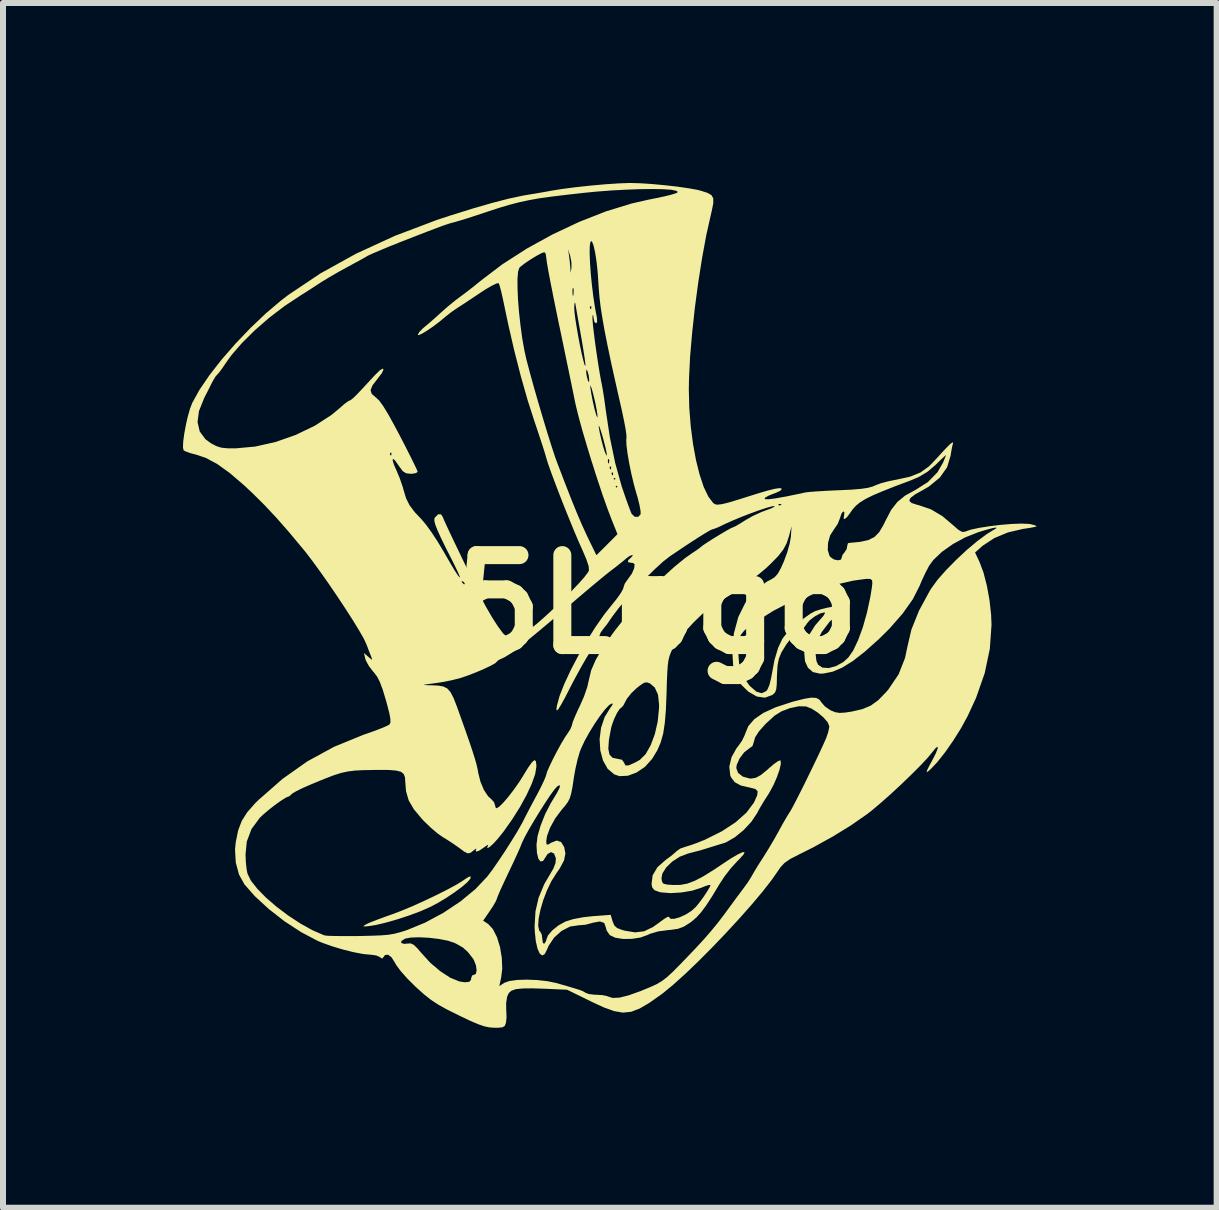
<source format=kicad_pcb>
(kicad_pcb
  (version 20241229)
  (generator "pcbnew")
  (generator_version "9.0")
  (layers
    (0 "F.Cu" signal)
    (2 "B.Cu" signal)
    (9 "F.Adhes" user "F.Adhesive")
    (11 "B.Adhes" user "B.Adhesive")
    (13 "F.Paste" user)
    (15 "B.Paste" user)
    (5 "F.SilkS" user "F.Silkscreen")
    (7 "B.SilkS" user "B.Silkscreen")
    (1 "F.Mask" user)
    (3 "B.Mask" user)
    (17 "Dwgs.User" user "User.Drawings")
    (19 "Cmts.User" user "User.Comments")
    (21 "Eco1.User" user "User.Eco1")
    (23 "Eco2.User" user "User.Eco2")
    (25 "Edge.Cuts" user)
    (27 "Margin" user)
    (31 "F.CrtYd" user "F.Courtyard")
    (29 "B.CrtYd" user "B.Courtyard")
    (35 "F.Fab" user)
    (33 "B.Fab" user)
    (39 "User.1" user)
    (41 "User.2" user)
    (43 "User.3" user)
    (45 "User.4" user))
  (footprint "P5Logo"
    (layer "F.Cu")
    (at 7.145 7.025)
    (property "Reference" "P5Logo" (at 0 0 0) (layer "F.SilkS") (effects (font (size 1.5 1.5) (thickness 0.3))))
    (attr board_only exclude_from_pos_files exclude_from_bom)
    (fp_poly (pts (xy -2.348 4.535) (xy -2.354 4.572) (xy -2.407 4.633) (xy -2.499 4.712) (xy -2.62 4.801) (xy -2.759 4.894) (xy -2.908 4.983) (xy -3.029 5.046) (xy -3.181 5.113) (xy -3.368 5.183) (xy -3.57 5.249) (xy -3.766 5.305) (xy -3.934 5.345) (xy -4.008 5.357) (xy -4.102 5.368) (xy -4.138 5.367) (xy -4.124 5.352) (xy -4.09 5.332) (xy -4.026 5.302) (xy -3.916 5.259) (xy -3.776 5.207) (xy -3.656 5.165) (xy -3.498 5.105) (xy -3.313 5.028) (xy -3.115 4.938) (xy -2.918 4.844) (xy -2.735 4.752) (xy -2.582 4.669) (xy -2.471 4.6) (xy -2.444 4.581) (xy -2.384 4.542) (xy -2.349 4.535)) (stroke (width 0) (type solid)) (fill yes) (layer "F.SilkS"))
    (fp_poly (pts (xy 0.481 -7.02) (xy 0.679 -7.007) (xy 0.89 -6.987) (xy 1.096 -6.964) (xy 1.281 -6.937) (xy 1.428 -6.911) (xy 1.486 -6.896) (xy 1.596 -6.861) (xy 1.664 -6.823) (xy 1.695 -6.769) (xy 1.695 -6.685) (xy 1.669 -6.557) (xy 1.653 -6.488) (xy 1.578 -6.153) (xy 1.508 -5.773) (xy 1.444 -5.365) (xy 1.388 -4.945) (xy 1.343 -4.53) (xy 1.309 -4.137) (xy 1.291 -3.78) (xy 1.287 -3.587) (xy 1.295 -3.276) (xy 1.319 -2.97) (xy 1.357 -2.676) (xy 1.407 -2.404) (xy 1.468 -2.161) (xy 1.536 -1.956) (xy 1.612 -1.798) (xy 1.691 -1.693) (xy 1.721 -1.671) (xy 1.762 -1.662) (xy 1.837 -1.671) (xy 1.84 -1.671) (xy 2.782 -1.671) (xy 2.786 -1.652) (xy 2.804 -1.649) (xy 2.831 -1.661) (xy 2.826 -1.671) (xy 2.787 -1.675) (xy 2.782 -1.671) (xy 1.84 -1.671) (xy 1.954 -1.699) (xy 2.12 -1.749) (xy 2.199 -1.774) (xy 2.427 -1.846) (xy 2.6 -1.897) (xy 2.721 -1.927) (xy 2.797 -1.938) (xy 2.832 -1.932) (xy 2.837 -1.921) (xy 2.809 -1.893) (xy 2.737 -1.859) (xy 2.703 -1.847) (xy 2.616 -1.812) (xy 2.558 -1.779) (xy 2.55 -1.771) (xy 2.56 -1.754) (xy 2.621 -1.753) (xy 2.737 -1.768) (xy 2.91 -1.799) (xy 3.143 -1.847) (xy 3.233 -1.867) (xy 3.295 -1.874) (xy 3.408 -1.883) (xy 3.559 -1.892) (xy 3.732 -1.901) (xy 3.794 -1.903) (xy 4.002 -1.913) (xy 4.156 -1.926) (xy 4.267 -1.942) (xy 4.349 -1.964) (xy 4.393 -1.983) (xy 4.488 -2.019) (xy 4.62 -2.054) (xy 4.756 -2.081) (xy 4.976 -2.129) (xy 5.149 -2.199) (xy 5.289 -2.3) (xy 5.338 -2.349) (xy 5.42 -2.436) (xy 5.518 -2.543) (xy 5.577 -2.606) (xy 5.644 -2.673) (xy 5.685 -2.703) (xy 5.692 -2.69) (xy 5.674 -2.617) (xy 5.656 -2.514) (xy 5.651 -2.48) (xy 5.592 -2.285) (xy 5.471 -2.114) (xy 5.291 -1.966) (xy 5.195 -1.91) (xy 5.057 -1.832) (xy 4.98 -1.773) (xy 4.962 -1.727) (xy 5.001 -1.69) (xy 5.098 -1.659) (xy 5.12 -1.654) (xy 5.323 -1.585) (xy 5.515 -1.471) (xy 5.692 -1.321) (xy 5.781 -1.243) (xy 5.842 -1.209) (xy 5.889 -1.211) (xy 5.895 -1.214) (xy 5.987 -1.246) (xy 6.128 -1.276) (xy 6.299 -1.303) (xy 6.485 -1.326) (xy 6.668 -1.341) (xy 6.829 -1.347) (xy 6.952 -1.342) (xy 6.979 -1.338) (xy 7.053 -1.32) (xy 7.086 -1.304) (xy 7.085 -1.302) (xy 7.048 -1.29) (xy 6.964 -1.274) (xy 6.851 -1.257) (xy 6.607 -1.2) (xy 6.379 -1.105) (xy 6.19 -0.981) (xy 6.171 -0.965) (xy 6.059 -0.865) (xy 6.134 -0.705) (xy 6.199 -0.532) (xy 6.255 -0.314) (xy 6.299 -0.074) (xy 6.326 0.168) (xy 6.333 0.34) (xy 6.305 0.74) (xy 6.22 1.144) (xy 6.075 1.559) (xy 5.935 1.862) (xy 5.824 2.065) (xy 5.694 2.272) (xy 5.558 2.467) (xy 5.426 2.633) (xy 5.327 2.738) (xy 5.273 2.786) (xy 5.251 2.795) (xy 5.261 2.76) (xy 5.303 2.677) (xy 5.343 2.603) (xy 5.403 2.486) (xy 5.434 2.407) (xy 5.436 2.373) (xy 5.408 2.388) (xy 5.351 2.457) (xy 5.348 2.461) (xy 5.266 2.56) (xy 5.144 2.69) (xy 4.994 2.84) (xy 4.827 3.001) (xy 4.654 3.161) (xy 4.486 3.31) (xy 4.335 3.437) (xy 4.259 3.496) (xy 3.995 3.68) (xy 3.688 3.869) (xy 3.361 4.05) (xy 3.117 4.172) (xy 2.977 4.244) (xy 2.882 4.31) (xy 2.813 4.384) (xy 2.783 4.429) (xy 2.671 4.59) (xy 2.519 4.785) (xy 2.334 5.005) (xy 2.125 5.241) (xy 1.901 5.484) (xy 1.671 5.724) (xy 1.442 5.954) (xy 1.225 6.162) (xy 1.026 6.341) (xy 0.856 6.481) (xy 0.825 6.504) (xy 0.629 6.642) (xy 0.467 6.737) (xy 0.325 6.791) (xy 0.187 6.805) (xy 0.04 6.779) (xy -0.132 6.717) (xy -0.343 6.619) (xy -0.346 6.617) (xy -0.742 6.423) (xy -1.111 6.407) (xy -1.326 6.4) (xy -1.485 6.402) (xy -1.596 6.414) (xy -1.669 6.439) (xy -1.714 6.479) (xy -1.74 6.535) (xy -1.742 6.541) (xy -1.758 6.649) (xy -1.756 6.766) (xy -1.756 6.77) (xy -1.751 6.877) (xy -1.76 6.97) (xy -1.762 6.977) (xy -1.78 7.025) (xy -1.817 7.049) (xy -1.889 7.057) (xy -1.955 7.057) (xy -2.037 7.051) (xy -2.123 7.033) (xy -2.227 6.997) (xy -2.362 6.939) (xy -2.54 6.854) (xy -2.556 6.846) (xy -2.745 6.752) (xy -2.891 6.671) (xy -3.012 6.591) (xy -3.127 6.5) (xy -3.254 6.386) (xy -3.268 6.373) (xy -3.403 6.239) (xy -3.514 6.114) (xy -3.59 6.012) (xy -3.611 5.974) (xy -3.666 5.886) (xy -3.725 5.84) (xy -3.777 5.844) (xy -3.803 5.88) (xy -3.825 5.905) (xy -3.862 5.88) (xy -3.923 5.852) (xy -4.014 5.839) (xy -4.025 5.839) (xy -4.145 5.827) (xy -4.307 5.796) (xy -4.489 5.75) (xy -4.672 5.695) (xy -4.812 5.644) (xy -3.508 5.644) (xy -3.458 5.659) (xy -3.404 5.654) (xy -3.349 5.651) (xy -3.299 5.674) (xy -3.237 5.733) (xy -3.176 5.805) (xy -3.021 5.975) (xy -2.854 6.116) (xy -2.69 6.223) (xy -2.538 6.285) (xy -2.449 6.299) (xy -2.373 6.292) (xy -2.344 6.259) (xy -2.342 6.235) (xy -2.325 6.185) (xy -2.301 6.177) (xy -2.263 6.16) (xy -2.25 6.101) (xy -2.261 6.018) (xy -2.295 5.93) (xy -2.315 5.898) (xy -2.398 5.792) (xy -2.48 5.719) (xy -2.589 5.657) (xy -2.623 5.641) (xy -2.732 5.605) (xy -2.879 5.577) (xy -3.044 5.557) (xy -3.206 5.549) (xy -3.345 5.553) (xy -3.441 5.571) (xy -3.441 5.571) (xy -3.504 5.61) (xy -3.508 5.644) (xy -4.812 5.644) (xy -4.836 5.635) (xy -4.899 5.609) (xy -5.172 5.465) (xy -5.45 5.284) (xy -5.714 5.078) (xy -5.948 4.863) (xy -6.121 4.666) (xy -6.211 4.503) (xy -6.265 4.302) (xy -6.273 4.163) (xy -6.102 4.163) (xy -6.097 4.296) (xy -6.083 4.421) (xy -6.07 4.487) (xy -6.013 4.604) (xy -5.906 4.74) (xy -5.761 4.888) (xy -5.586 5.039) (xy -5.392 5.185) (xy -5.19 5.318) (xy -4.989 5.43) (xy -4.801 5.512) (xy -4.783 5.518) (xy -4.734 5.524) (xy -4.632 5.527) (xy -4.489 5.529) (xy -4.317 5.529) (xy -4.206 5.528) (xy -3.999 5.523) (xy -3.843 5.517) (xy -3.722 5.507) (xy -3.621 5.49) (xy -3.525 5.465) (xy -3.417 5.431) (xy -3.414 5.43) (xy -3.107 5.304) (xy -3.048 5.272) (xy -2.141 5.272) (xy -2.058 5.327) (xy -1.979 5.412) (xy -1.911 5.546) (xy -1.86 5.712) (xy -1.83 5.895) (xy -1.823 6.076) (xy -1.842 6.225) (xy -1.872 6.363) (xy -1.788 6.308) (xy -1.704 6.278) (xy -1.572 6.26) (xy -1.411 6.255) (xy -1.237 6.262) (xy -1.068 6.281) (xy -0.924 6.311) (xy -0.746 6.362) (xy -0.621 6.399) (xy -0.537 6.425) (xy -0.485 6.445) (xy -0.454 6.461) (xy -0.437 6.473) (xy -0.379 6.495) (xy -0.286 6.506) (xy -0.255 6.507) (xy -0.155 6.513) (xy -0.079 6.528) (xy -0.066 6.534) (xy 0.018 6.56) (xy 0.131 6.555) (xy 0.283 6.517) (xy 0.482 6.446) (xy 0.509 6.435) (xy 0.645 6.379) (xy 0.75 6.331) (xy 0.838 6.279) (xy 0.922 6.215) (xy 1.017 6.128) (xy 1.135 6.009) (xy 1.22 5.921) (xy 1.398 5.735) (xy 1.541 5.58) (xy 1.66 5.443) (xy 1.769 5.31) (xy 1.879 5.166) (xy 1.966 5.047) (xy 2.054 4.927) (xy 2.14 4.811) (xy 2.206 4.723) (xy 2.21 4.717) (xy 2.277 4.624) (xy 2.331 4.537) (xy 2.341 4.519) (xy 2.38 4.451) (xy 2.442 4.349) (xy 2.516 4.234) (xy 2.524 4.222) (xy 2.614 4.077) (xy 2.712 3.912) (xy 2.787 3.777) (xy 2.854 3.655) (xy 2.918 3.545) (xy 2.964 3.47) (xy 2.969 3.464) (xy 3.002 3.408) (xy 3.057 3.304) (xy 3.128 3.165) (xy 3.21 3.002) (xy 3.296 2.826) (xy 3.381 2.651) (xy 3.459 2.488) (xy 3.524 2.348) (xy 3.57 2.244) (xy 3.576 2.231) (xy 3.61 2.132) (xy 3.628 2.046) (xy 3.629 2.032) (xy 3.602 1.965) (xy 3.533 1.885) (xy 3.438 1.804) (xy 3.335 1.738) (xy 3.242 1.701) (xy 3.122 1.698) (xy 2.977 1.728) (xy 2.833 1.782) (xy 2.719 1.853) (xy 2.569 1.99) (xy 2.457 2.115) (xy 2.391 2.218) (xy 2.375 2.279) (xy 2.349 2.361) (xy 2.293 2.402) (xy 2.209 2.467) (xy 2.134 2.567) (xy 2.086 2.675) (xy 2.078 2.728) (xy 2.108 2.808) (xy 2.186 2.87) (xy 2.296 2.901) (xy 2.33 2.903) (xy 2.405 2.89) (xy 2.487 2.845) (xy 2.592 2.76) (xy 2.617 2.737) (xy 2.706 2.661) (xy 2.776 2.612) (xy 2.815 2.599) (xy 2.817 2.601) (xy 2.821 2.658) (xy 2.799 2.756) (xy 2.756 2.879) (xy 2.699 3.01) (xy 2.633 3.132) (xy 2.611 3.168) (xy 2.535 3.287) (xy 2.464 3.407) (xy 2.425 3.48) (xy 2.331 3.622) (xy 2.201 3.762) (xy 2.054 3.882) (xy 1.912 3.964) (xy 1.887 3.974) (xy 1.479 4.1) (xy 1.274 4.153) (xy 1.138 4.205) (xy 1.012 4.286) (xy 0.911 4.384) (xy 0.846 4.486) (xy 0.831 4.568) (xy 0.841 4.625) (xy 0.866 4.656) (xy 0.924 4.67) (xy 1.025 4.677) (xy 1.144 4.676) (xy 1.259 4.655) (xy 1.383 4.609) (xy 1.527 4.534) (xy 1.703 4.425) (xy 1.828 4.341) (xy 1.988 4.235) (xy 2.108 4.165) (xy 2.185 4.13) (xy 2.217 4.131) (xy 2.2 4.168) (xy 2.134 4.242) (xy 2.095 4.281) (xy 1.992 4.393) (xy 1.884 4.532) (xy 1.798 4.663) (xy 1.677 4.864) (xy 1.578 5.016) (xy 1.493 5.131) (xy 1.414 5.218) (xy 1.332 5.288) (xy 1.309 5.305) (xy 1.205 5.371) (xy 1.106 5.408) (xy 0.981 5.426) (xy 0.941 5.429) (xy 0.78 5.45) (xy 0.643 5.49) (xy 0.603 5.509) (xy 0.482 5.553) (xy 0.339 5.575) (xy 0.192 5.577) (xy 0.064 5.557) (xy -0.025 5.516) (xy -0.033 5.509) (xy -0.082 5.437) (xy -0.099 5.376) (xy -0.124 5.309) (xy -0.195 5.285) (xy -0.306 5.305) (xy -0.326 5.311) (xy -0.437 5.34) (xy -0.545 5.349) (xy -0.552 5.349) (xy -0.693 5.37) (xy -0.834 5.443) (xy -0.959 5.555) (xy -1.052 5.694) (xy -1.075 5.751) (xy -1.116 5.831) (xy -1.158 5.852) (xy -1.199 5.819) (xy -1.235 5.739) (xy -1.263 5.617) (xy -1.28 5.46) (xy -1.284 5.36) (xy -1.283 5.356) (xy -1.224 5.356) (xy -1.207 5.437) (xy -1.188 5.459) (xy -1.164 5.504) (xy -1.155 5.579) (xy -1.145 5.644) (xy -1.122 5.658) (xy -1.122 5.657) (xy -1.091 5.609) (xy -1.089 5.592) (xy -1.061 5.518) (xy -0.988 5.433) (xy -0.886 5.351) (xy -0.77 5.287) (xy -0.768 5.286) (xy -0.639 5.246) (xy -0.468 5.214) (xy -0.312 5.197) (xy -0.015 5.175) (xy 0.017 5.284) (xy 0.045 5.351) (xy 0.09 5.394) (xy 0.174 5.426) (xy 0.22 5.439) (xy 0.392 5.467) (xy 0.542 5.449) (xy 0.69 5.378) (xy 0.789 5.307) (xy 0.873 5.245) (xy 0.934 5.209) (xy 0.957 5.209) (xy 0.957 5.209) (xy 0.981 5.241) (xy 1.046 5.241) (xy 1.136 5.215) (xy 1.237 5.169) (xy 1.334 5.107) (xy 1.405 5.042) (xy 1.465 4.968) (xy 1.532 4.877) (xy 1.593 4.785) (xy 1.636 4.712) (xy 1.649 4.678) (xy 1.622 4.677) (xy 1.553 4.699) (xy 1.493 4.724) (xy 1.343 4.772) (xy 1.163 4.802) (xy 0.98 4.813) (xy 0.824 4.8) (xy 0.792 4.793) (xy 0.711 4.762) (xy 0.675 4.713) (xy 0.666 4.66) (xy 0.684 4.516) (xy 0.765 4.38) (xy 0.901 4.26) (xy 0.991 4.194) (xy 1.062 4.134) (xy 1.085 4.112) (xy 1.145 4.07) (xy 1.231 4.04) (xy 1.314 4.015) (xy 1.431 3.973) (xy 1.56 3.921) (xy 1.567 3.917) (xy 1.838 3.782) (xy 2.067 3.632) (xy 2.247 3.472) (xy 2.369 3.309) (xy 2.378 3.292) (xy 2.427 3.183) (xy 2.435 3.116) (xy 2.397 3.077) (xy 2.31 3.055) (xy 2.154 3.019) (xy 2.052 2.963) (xy 1.991 2.882) (xy 1.978 2.851) (xy 1.962 2.705) (xy 1.999 2.548) (xy 2.082 2.398) (xy 2.108 2.366) (xy 2.173 2.274) (xy 2.218 2.181) (xy 2.224 2.163) (xy 2.279 2.029) (xy 2.38 1.912) (xy 2.53 1.809) (xy 2.735 1.715) (xy 3.001 1.628) (xy 3.04 1.617) (xy 3.21 1.574) (xy 3.33 1.554) (xy 3.411 1.559) (xy 3.465 1.588) (xy 3.496 1.631) (xy 3.554 1.699) (xy 3.642 1.761) (xy 3.658 1.769) (xy 3.731 1.798) (xy 3.802 1.809) (xy 3.895 1.803) (xy 4.005 1.786) (xy 4.18 1.746) (xy 4.32 1.687) (xy 4.446 1.596) (xy 4.576 1.462) (xy 4.615 1.416) (xy 4.784 1.166) (xy 4.892 0.892) (xy 4.93 0.709) (xy 4.998 0.419) (xy 5.124 0.105) (xy 5.304 -0.227) (xy 5.332 -0.271) (xy 5.433 -0.41) (xy 5.574 -0.57) (xy 5.741 -0.74) (xy 5.919 -0.906) (xy 6.095 -1.054) (xy 6.255 -1.173) (xy 6.35 -1.231) (xy 6.411 -1.268) (xy 6.412 -1.282) (xy 6.351 -1.272) (xy 6.228 -1.239) (xy 6.111 -1.203) (xy 5.896 -1.118) (xy 5.69 -1.006) (xy 5.507 -0.877) (xy 5.364 -0.741) (xy 5.295 -0.647) (xy 5.234 -0.532) (xy 5.169 -0.393) (xy 5.134 -0.309) (xy 5.022 -0.088) (xy 4.854 0.15) (xy 4.635 0.401) (xy 4.452 0.582) (xy 4.221 0.788) (xy 4.021 0.944) (xy 3.844 1.054) (xy 3.684 1.122) (xy 3.534 1.152) (xy 3.476 1.155) (xy 3.356 1.128) (xy 3.273 1.056) (xy 3.224 0.948) (xy 3.212 0.814) (xy 3.236 0.663) (xy 3.295 0.506) (xy 3.391 0.352) (xy 3.465 0.266) (xy 3.531 0.191) (xy 3.557 0.144) (xy 3.548 0.132) (xy 3.474 0.152) (xy 3.384 0.202) (xy 3.302 0.264) (xy 3.252 0.323) (xy 3.249 0.331) (xy 3.203 0.392) (xy 3.167 0.412) (xy 3.094 0.458) (xy 3.005 0.548) (xy 2.914 0.664) (xy 2.836 0.792) (xy 2.831 0.801) (xy 2.789 0.902) (xy 2.766 1.017) (xy 2.757 1.17) (xy 2.756 1.2) (xy 2.753 1.333) (xy 2.744 1.417) (xy 2.725 1.467) (xy 2.691 1.501) (xy 2.679 1.51) (xy 2.556 1.555) (xy 2.422 1.536) (xy 2.281 1.455) (xy 2.278 1.453) (xy 2.154 1.331) (xy 2.072 1.188) (xy 2.026 1.011) (xy 2.014 0.817) (xy 2.112 0.817) (xy 2.128 1.021) (xy 2.185 1.189) (xy 2.289 1.341) (xy 2.312 1.367) (xy 2.414 1.455) (xy 2.504 1.481) (xy 2.578 1.445) (xy 2.601 1.414) (xy 2.631 1.342) (xy 2.658 1.233) (xy 2.672 1.158) (xy 2.716 0.924) (xy 2.775 0.726) (xy 2.846 0.575) (xy 2.898 0.507) (xy 3.045 0.365) (xy 3.19 0.243) (xy 3.318 0.152) (xy 3.392 0.113) (xy 3.486 0.082) (xy 3.605 0.053) (xy 3.729 0.031) (xy 3.839 0.017) (xy 3.915 0.016) (xy 3.933 0.021) (xy 3.926 0.048) (xy 3.875 0.097) (xy 3.824 0.133) (xy 3.638 0.284) (xy 3.504 0.459) (xy 3.46 0.544) (xy 3.416 0.68) (xy 3.4 0.821) (xy 3.414 0.943) (xy 3.442 1.005) (xy 3.515 1.054) (xy 3.62 1.061) (xy 3.74 1.029) (xy 3.861 0.962) (xy 3.946 0.886) (xy 4.029 0.766) (xy 4.11 0.594) (xy 4.188 0.381) (xy 4.256 0.14) (xy 4.311 -0.115) (xy 4.337 -0.272) (xy 4.346 -0.351) (xy 4.343 -0.4) (xy 4.314 -0.424) (xy 4.25 -0.426) (xy 4.139 -0.412) (xy 4.024 -0.395) (xy 3.712 -0.324) (xy 3.375 -0.212) (xy 3.031 -0.066) (xy 2.698 0.106) (xy 2.395 0.296) (xy 2.303 0.363) (xy 2.212 0.436) (xy 2.156 0.504) (xy 2.126 0.585) (xy 2.114 0.698) (xy 2.112 0.817) (xy 2.014 0.817) (xy 2.012 0.787) (xy 2.012 0.787) (xy 2.038 0.484) (xy 2.112 0.21) (xy 2.231 -0.03) (xy 2.391 -0.229) (xy 2.589 -0.38) (xy 2.655 -0.414) (xy 2.718 -0.453) (xy 2.77 -0.511) (xy 2.821 -0.603) (xy 2.873 -0.72) (xy 2.926 -0.864) (xy 2.938 -0.905) (xy 3.603 -0.905) (xy 3.633 -0.808) (xy 3.647 -0.79) (xy 3.706 -0.749) (xy 3.772 -0.735) (xy 3.823 -0.746) (xy 3.836 -0.781) (xy 3.852 -0.831) (xy 3.877 -0.859) (xy 3.919 -0.924) (xy 3.925 -0.961) (xy 3.937 -1.013) (xy 3.95 -1.024) (xy 4.141 -1.042) (xy 4.279 -1.072) (xy 4.381 -1.123) (xy 4.46 -1.203) (xy 4.53 -1.321) (xy 4.566 -1.395) (xy 4.66 -1.575) (xy 4.763 -1.707) (xy 4.892 -1.813) (xy 5.066 -1.909) (xy 5.067 -1.909) (xy 5.272 -2.039) (xy 5.432 -2.202) (xy 5.525 -2.364) (xy 5.557 -2.441) (xy 5.574 -2.486) (xy 5.575 -2.49) (xy 5.553 -2.472) (xy 5.496 -2.419) (xy 5.416 -2.341) (xy 5.402 -2.327) (xy 5.266 -2.211) (xy 5.122 -2.125) (xy 4.981 -2.065) (xy 4.72 -1.967) (xy 4.513 -1.885) (xy 4.353 -1.817) (xy 4.232 -1.757) (xy 4.141 -1.701) (xy 4.073 -1.645) (xy 4.019 -1.585) (xy 3.983 -1.534) (xy 3.925 -1.456) (xy 3.884 -1.422) (xy 3.867 -1.436) (xy 3.876 -1.484) (xy 3.88 -1.537) (xy 3.864 -1.55) (xy 3.836 -1.522) (xy 3.811 -1.452) (xy 3.809 -1.443) (xy 3.769 -1.341) (xy 3.708 -1.252) (xy 3.643 -1.151) (xy 3.608 -1.027) (xy 3.603 -0.905) (xy 2.938 -0.905) (xy 2.967 -1.008) (xy 2.988 -1.126) (xy 2.989 -1.138) (xy 3 -1.303) (xy 2.955 -1.131) (xy 2.917 -1.017) (xy 2.861 -0.913) (xy 2.777 -0.805) (xy 2.655 -0.68) (xy 2.57 -0.6) (xy 2.46 -0.508) (xy 2.314 -0.396) (xy 2.149 -0.277) (xy 1.985 -0.164) (xy 1.837 -0.069) (xy 1.732 -0.008) (xy 1.632 0.059) (xy 1.507 0.165) (xy 1.371 0.296) (xy 1.24 0.438) (xy 1.125 0.574) (xy 1.042 0.692) (xy 1.023 0.726) (xy 0.99 0.795) (xy 0.966 0.858) (xy 0.948 0.929) (xy 0.936 1.019) (xy 0.928 1.139) (xy 0.921 1.304) (xy 0.916 1.484) (xy 0.905 1.757) (xy 0.887 1.975) (xy 0.86 2.152) (xy 0.819 2.299) (xy 0.764 2.428) (xy 0.69 2.552) (xy 0.672 2.579) (xy 0.556 2.708) (xy 0.417 2.802) (xy 0.272 2.856) (xy 0.133 2.863) (xy 0.045 2.834) (xy -0.066 2.74) (xy -0.144 2.601) (xy -0.189 2.432) (xy -0.19 2.406) (xy -0.055 2.406) (xy -0.035 2.503) (xy 0.016 2.557) (xy 0.094 2.573) (xy 0.174 2.59) (xy 0.208 2.639) (xy 0.23 2.684) (xy 0.276 2.685) (xy 0.31 2.673) (xy 0.407 2.628) (xy 0.473 2.59) (xy 0.568 2.495) (xy 0.651 2.349) (xy 0.72 2.164) (xy 0.768 1.956) (xy 0.79 1.738) (xy 0.792 1.678) (xy 0.774 1.506) (xy 0.72 1.386) (xy 0.641 1.318) (xy 0.591 1.299) (xy 0.543 1.306) (xy 0.479 1.347) (xy 0.418 1.395) (xy 0.328 1.481) (xy 0.257 1.57) (xy 0.232 1.615) (xy 0.197 1.683) (xy 0.17 1.715) (xy 0.168 1.715) (xy 0.133 1.744) (xy 0.087 1.816) (xy 0.041 1.913) (xy 0.004 2.016) (xy -0.008 2.06) (xy -0.045 2.26) (xy -0.055 2.406) (xy -0.19 2.406) (xy -0.2 2.246) (xy -0.176 2.057) (xy -0.116 1.878) (xy -0.021 1.723) (xy -0.008 1.707) (xy 0.019 1.664) (xy 0.008 1.649) (xy -0.04 1.677) (xy -0.11 1.751) (xy -0.194 1.86) (xy -0.284 1.992) (xy -0.372 2.135) (xy -0.451 2.278) (xy -0.511 2.407) (xy -0.529 2.454) (xy -0.567 2.583) (xy -0.603 2.741) (xy -0.627 2.875) (xy -0.651 3.037) (xy -0.673 3.15) (xy -0.697 3.231) (xy -0.73 3.296) (xy -0.779 3.361) (xy -0.829 3.419) (xy -0.939 3.566) (xy -1.025 3.721) (xy -1.077 3.863) (xy -1.089 3.945) (xy -1.085 3.999) (xy -1.061 4.005) (xy -1.006 3.972) (xy -0.914 3.936) (xy -0.841 3.962) (xy -0.79 4.046) (xy -0.77 4.153) (xy -0.793 4.268) (xy -0.865 4.402) (xy -0.924 4.487) (xy -1.004 4.614) (xy -1.077 4.766) (xy -1.139 4.928) (xy -1.186 5.089) (xy -1.216 5.236) (xy -1.224 5.356) (xy -1.283 5.356) (xy -1.269 5.117) (xy -1.217 4.89) (xy -1.122 4.662) (xy -0.977 4.415) (xy -0.971 4.405) (xy -0.935 4.312) (xy -0.929 4.233) (xy -0.959 4.154) (xy -1.01 4.129) (xy -1.067 4.161) (xy -1.094 4.203) (xy -1.141 4.275) (xy -1.184 4.286) (xy -1.22 4.241) (xy -1.244 4.145) (xy -1.252 4.008) (xy -1.234 3.862) (xy -1.183 3.685) (xy -1.107 3.494) (xy -1.013 3.312) (xy -0.979 3.256) (xy -0.905 3.133) (xy -0.865 3.051) (xy -0.861 3.014) (xy -0.894 3.025) (xy -0.91 3.038) (xy -0.957 3.09) (xy -1.027 3.188) (xy -1.113 3.317) (xy -1.206 3.464) (xy -1.299 3.616) (xy -1.384 3.761) (xy -1.451 3.884) (xy -1.494 3.974) (xy -1.502 3.994) (xy -1.524 4.05) (xy -1.569 4.152) (xy -1.631 4.286) (xy -1.703 4.439) (xy -1.719 4.472) (xy -1.79 4.623) (xy -1.85 4.753) (xy -1.892 4.851) (xy -1.912 4.904) (xy -1.913 4.909) (xy -1.931 4.951) (xy -1.976 5.029) (xy -2.027 5.106) (xy -2.141 5.272) (xy -3.048 5.272) (xy -2.804 5.141) (xy -2.519 4.951) (xy -2.269 4.745) (xy -2.072 4.536) (xy -1.989 4.426) (xy -1.886 4.278) (xy -1.774 4.11) (xy -1.665 3.938) (xy -1.569 3.782) (xy -1.498 3.656) (xy -1.485 3.632) (xy -1.426 3.516) (xy -1.349 3.368) (xy -1.267 3.215) (xy -1.241 3.167) (xy -1.176 3.041) (xy -1.125 2.934) (xy -1.095 2.861) (xy -1.09 2.841) (xy -1.074 2.787) (xy -1.032 2.692) (xy -0.974 2.571) (xy -0.906 2.44) (xy -0.837 2.315) (xy -0.775 2.212) (xy -0.738 2.158) (xy -0.687 2.079) (xy -0.661 2.015) (xy -0.66 2.006) (xy -0.646 1.956) (xy -0.608 1.863) (xy -0.555 1.745) (xy -0.53 1.694) (xy -0.459 1.533) (xy -0.405 1.375) (xy -0.377 1.252) (xy -0.341 1.1) (xy -0.267 0.929) (xy -0.152 0.73) (xy 0.009 0.498) (xy 0.06 0.429) (xy 0.234 0.209) (xy 0.431 -0.017) (xy 0.64 -0.239) (xy 0.849 -0.447) (xy 1.049 -0.629) (xy 1.229 -0.775) (xy 1.336 -0.85) (xy 1.417 -0.904) (xy 1.473 -0.945) (xy 1.484 -0.955) (xy 1.52 -0.983) (xy 1.596 -1.034) (xy 1.696 -1.098) (xy 1.805 -1.164) (xy 1.906 -1.224) (xy 1.985 -1.268) (xy 2.025 -1.286) (xy 2.026 -1.286) (xy 2.065 -1.303) (xy 2.14 -1.347) (xy 2.221 -1.398) (xy 2.352 -1.473) (xy 2.498 -1.54) (xy 2.573 -1.568) (xy 2.663 -1.601) (xy 2.714 -1.628) (xy 2.716 -1.64) (xy 2.67 -1.634) (xy 2.576 -1.608) (xy 2.45 -1.566) (xy 2.305 -1.513) (xy 2.155 -1.455) (xy 2.014 -1.396) (xy 1.895 -1.343) (xy 1.873 -1.332) (xy 1.779 -1.287) (xy 1.708 -1.259) (xy 1.685 -1.254) (xy 1.642 -1.235) (xy 1.55 -1.181) (xy 1.413 -1.095) (xy 1.235 -0.979) (xy 1.021 -0.835) (xy 0.969 -0.8) (xy 0.859 -0.714) (xy 0.721 -0.588) (xy 0.566 -0.435) (xy 0.406 -0.268) (xy 0.253 -0.097) (xy 0.117 0.063) (xy 0.012 0.202) (xy -0.019 0.247) (xy -0.08 0.336) (xy -0.14 0.41) (xy -0.14 0.41) (xy -0.184 0.472) (xy -0.198 0.511) (xy -0.215 0.554) (xy -0.26 0.636) (xy -0.325 0.741) (xy -0.345 0.771) (xy -0.421 0.894) (xy -0.513 1.054) (xy -0.608 1.228) (xy -0.679 1.363) (xy -0.773 1.547) (xy -0.843 1.674) (xy -0.888 1.747) (xy -0.913 1.769) (xy -0.92 1.745) (xy -0.911 1.686) (xy -0.867 1.525) (xy -0.788 1.325) (xy -0.682 1.097) (xy -0.556 0.856) (xy -0.417 0.612) (xy -0.271 0.38) (xy -0.125 0.171) (xy -0.000013 0.013) (xy 0.087 -0.095) (xy 0.155 -0.191) (xy 0.192 -0.26) (xy 0.197 -0.279) (xy 0.219 -0.346) (xy 0.272 -0.422) (xy 0.276 -0.427) (xy 0.338 -0.513) (xy 0.376 -0.602) (xy 0.384 -0.668) (xy 0.357 -0.691) (xy 0.33 -0.693) (xy 0.273 -0.704) (xy 0.277 -0.738) (xy 0.322 -0.779) (xy 0.353 -0.813) (xy 0.344 -0.824) (xy 0.295 -0.804) (xy 0.245 -0.767) (xy 0.187 -0.718) (xy 0.096 -0.645) (xy -0.009 -0.564) (xy -0.01 -0.564) (xy -0.096 -0.496) (xy -0.22 -0.394) (xy -0.37 -0.269) (xy -0.535 -0.129) (xy -0.702 0.013) (xy -0.987 0.256) (xy -1.226 0.457) (xy -1.422 0.618) (xy -1.578 0.74) (xy -1.697 0.827) (xy -1.782 0.88) (xy -1.822 0.898) (xy -1.887 0.929) (xy -1.913 0.955) (xy -1.942 0.982) (xy -2.018 1.024) (xy -2.128 1.076) (xy -2.256 1.131) (xy -2.389 1.183) (xy -2.512 1.225) (xy -2.543 1.234) (xy -2.674 1.266) (xy -2.832 1.297) (xy -2.952 1.315) (xy -3.07 1.33) (xy -3.126 1.339) (xy -3.124 1.344) (xy -3.067 1.347) (xy -3.012 1.348) (xy -2.894 1.353) (xy -2.806 1.368) (xy -2.74 1.401) (xy -2.685 1.463) (xy -2.634 1.561) (xy -2.577 1.707) (xy -2.531 1.836) (xy -2.44 2.092) (xy -2.369 2.295) (xy -2.316 2.454) (xy -2.277 2.578) (xy -2.25 2.675) (xy -2.232 2.755) (xy -2.223 2.808) (xy -2.186 2.956) (xy -2.128 3.094) (xy -2.058 3.199) (xy -2.011 3.241) (xy -1.96 3.296) (xy -1.946 3.34) (xy -1.932 3.389) (xy -1.916 3.398) (xy -1.873 3.372) (xy -1.803 3.303) (xy -1.717 3.202) (xy -1.625 3.082) (xy -1.536 2.955) (xy -1.478 2.863) (xy -1.39 2.719) (xy -1.327 2.631) (xy -1.286 2.596) (xy -1.263 2.612) (xy -1.254 2.676) (xy -1.254 2.706) (xy -1.274 2.829) (xy -1.331 2.99) (xy -1.418 3.178) (xy -1.53 3.382) (xy -1.66 3.588) (xy -1.801 3.787) (xy -1.892 3.901) (xy -1.963 3.98) (xy -2.023 4.036) (xy -2.064 4.062) (xy -2.075 4.053) (xy -2.057 4.017) (xy -2.062 4.008) (xy -2.106 4.035) (xy -2.125 4.05) (xy -2.204 4.103) (xy -2.254 4.122) (xy -2.266 4.104) (xy -2.256 4.082) (xy -2.258 4.07) (xy -2.298 4.099) (xy -2.298 4.099) (xy -2.352 4.141) (xy -2.398 4.15) (xy -2.454 4.123) (xy -2.535 4.063) (xy -2.64 3.989) (xy -2.762 3.91) (xy -2.806 3.884) (xy -2.9 3.819) (xy -3.015 3.721) (xy -3.131 3.609) (xy -3.16 3.578) (xy -3.296 3.415) (xy -3.383 3.266) (xy -3.427 3.113) (xy -3.439 2.961) (xy -3.444 2.883) (xy -3.465 2.828) (xy -3.51 2.791) (xy -3.589 2.77) (xy -3.712 2.76) (xy -3.888 2.759) (xy -3.972 2.76) (xy -4.142 2.763) (xy -4.279 2.77) (xy -4.397 2.785) (xy -4.512 2.81) (xy -4.639 2.851) (xy -4.791 2.91) (xy -4.986 2.99) (xy -5.047 3.016) (xy -5.171 3.071) (xy -5.27 3.121) (xy -5.328 3.157) (xy -5.338 3.167) (xy -5.373 3.199) (xy -5.38 3.2) (xy -5.428 3.22) (xy -5.511 3.272) (xy -5.613 3.345) (xy -5.719 3.428) (xy -5.814 3.509) (xy -5.866 3.559) (xy -6.003 3.745) (xy -6.081 3.953) (xy -6.102 4.163) (xy -6.273 4.163) (xy -6.277 4.083) (xy -6.265 3.961) (xy -6.225 3.767) (xy -6.165 3.609) (xy -6.075 3.466) (xy -5.944 3.317) (xy -5.885 3.259) (xy -5.486 2.909) (xy -5.071 2.616) (xy -4.627 2.374) (xy -4.141 2.175) (xy -4.057 2.146) (xy -3.92 2.097) (xy -3.804 2.051) (xy -3.725 2.015) (xy -3.702 2) (xy -3.687 1.97) (xy -3.687 1.914) (xy -3.703 1.823) (xy -3.738 1.685) (xy -3.762 1.598) (xy -3.815 1.422) (xy -3.862 1.295) (xy -3.909 1.203) (xy -3.964 1.131) (xy -3.973 1.122) (xy -4.044 1.03) (xy -4.095 0.938) (xy -4.105 0.908) (xy -4.128 0.81) (xy -4.054 0.875) (xy -4.003 0.918) (xy -3.991 0.918) (xy -4.006 0.874) (xy -4.034 0.804) (xy -4.072 0.703) (xy -4.089 0.66) (xy -4.132 0.568) (xy -4.209 0.434) (xy -4.311 0.267) (xy -4.433 0.077) (xy -4.567 -0.126) (xy -4.708 -0.333) (xy -4.745 -0.386) (xy -2.502 -0.386) (xy -2.494 -0.368) (xy -2.46 -0.333) (xy -2.441 -0.34) (xy -2.441 -0.344) (xy -2.464 -0.372) (xy -2.479 -0.383) (xy -2.502 -0.386) (xy -4.745 -0.386) (xy -4.848 -0.532) (xy -4.98 -0.714) (xy -5.099 -0.87) (xy -5.145 -0.926) (xy -5.38 -1.208) (xy -5.591 -1.448) (xy -5.789 -1.659) (xy -5.987 -1.855) (xy -6.13 -1.989) (xy -6.366 -2.191) (xy -6.575 -2.341) (xy -6.763 -2.442) (xy -6.918 -2.494) (xy -6.968 -2.507) (xy -3.695 -2.507) (xy -3.682 -2.48) (xy -3.673 -2.485) (xy -3.669 -2.524) (xy -3.673 -2.529) (xy -3.692 -2.524) (xy -3.695 -2.507) (xy -6.968 -2.507) (xy -7.024 -2.522) (xy -7.105 -2.552) (xy -7.134 -2.568) (xy -7.145 -2.617) (xy -7.141 -2.714) (xy -7.124 -2.843) (xy -7.097 -2.988) (xy -7.086 -3.039) (xy -6.902 -3.039) (xy -6.866 -2.883) (xy -6.77 -2.753) (xy -6.674 -2.683) (xy -6.587 -2.638) (xy -6.504 -2.612) (xy -6.4 -2.602) (xy -6.268 -2.601) (xy -5.941 -2.631) (xy -5.602 -2.707) (xy -5.266 -2.825) (xy -4.95 -2.977) (xy -4.672 -3.156) (xy -4.534 -3.271) (xy -4.454 -3.341) (xy -4.391 -3.387) (xy -4.367 -3.398) (xy -4.346 -3.408) (xy -4.308 -3.439) (xy -4.247 -3.498) (xy -4.158 -3.592) (xy -4.035 -3.725) (xy -3.943 -3.824) (xy -3.861 -3.904) (xy -3.813 -3.931) (xy -3.803 -3.912) (xy -3.833 -3.851) (xy -3.906 -3.755) (xy -3.987 -3.649) (xy -4.018 -3.572) (xy -3.999 -3.51) (xy -3.931 -3.451) (xy -3.926 -3.447) (xy -3.874 -3.398) (xy -3.808 -3.307) (xy -3.724 -3.17) (xy -3.619 -2.98) (xy -3.53 -2.812) (xy -3.438 -2.634) (xy -3.358 -2.476) (xy -3.294 -2.346) (xy -3.25 -2.255) (xy -3.233 -2.211) (xy -3.233 -2.21) (xy -3.262 -2.188) (xy -3.333 -2.177) (xy -3.348 -2.177) (xy -3.425 -2.186) (xy -3.481 -2.221) (xy -3.54 -2.3) (xy -3.548 -2.312) (xy -3.609 -2.398) (xy -3.644 -2.427) (xy -3.65 -2.401) (xy -3.627 -2.325) (xy -3.587 -2.236) (xy -3.532 -2.104) (xy -3.484 -1.965) (xy -3.466 -1.902) (xy -3.426 -1.768) (xy -3.368 -1.653) (xy -3.281 -1.537) (xy -3.167 -1.417) (xy -3.095 -1.331) (xy -3.002 -1.203) (xy -2.901 -1.049) (xy -2.803 -0.886) (xy -2.79 -0.863) (xy -2.69 -0.69) (xy -2.613 -0.561) (xy -2.559 -0.479) (xy -2.531 -0.446) (xy -2.531 -0.464) (xy -2.56 -0.534) (xy -2.62 -0.658) (xy -2.647 -0.713) (xy -2.76 -0.935) (xy -2.844 -1.107) (xy -2.902 -1.235) (xy -2.938 -1.327) (xy -2.954 -1.389) (xy -2.954 -1.43) (xy -2.947 -1.446) (xy -2.892 -1.502) (xy -2.843 -1.501) (xy -2.817 -1.462) (xy -2.795 -1.41) (xy -2.751 -1.313) (xy -2.691 -1.184) (xy -2.622 -1.039) (xy -2.534 -0.857) (xy -2.438 -0.656) (xy -2.349 -0.467) (xy -2.3 -0.363) (xy -2.203 -0.164) (xy -2.098 0.033) (xy -1.993 0.214) (xy -1.897 0.364) (xy -1.818 0.471) (xy -1.805 0.487) (xy -1.743 0.539) (xy -1.676 0.556) (xy -1.589 0.536) (xy -1.467 0.479) (xy -1.426 0.457) (xy -1.345 0.402) (xy -1.235 0.313) (xy -1.103 0.197) (xy -0.959 0.064) (xy -0.814 -0.076) (xy -0.675 -0.215) (xy -0.553 -0.343) (xy -0.456 -0.452) (xy -0.395 -0.533) (xy -0.378 -0.564) (xy -0.382 -0.634) (xy -0.421 -0.753) (xy -0.491 -0.917) (xy -0.551 -1.05) (xy -0.623 -1.22) (xy -0.703 -1.415) (xy -0.787 -1.623) (xy -0.869 -1.832) (xy -0.944 -2.029) (xy -1.009 -2.203) (xy -1.058 -2.341) (xy -1.086 -2.432) (xy -1.087 -2.436) (xy -1.108 -2.509) (xy -1.146 -2.63) (xy -1.197 -2.785) (xy -1.255 -2.96) (xy -1.284 -3.045) (xy -1.399 -3.402) (xy -1.514 -3.807) (xy -1.625 -4.241) (xy -1.727 -4.686) (xy -1.782 -4.948) (xy -1.814 -5.1) (xy -1.843 -5.227) (xy -1.868 -5.318) (xy -1.882 -5.355) (xy -1.918 -5.35) (xy -1.995 -5.313) (xy -2.102 -5.251) (xy -2.195 -5.19) (xy -2.327 -5.102) (xy -2.45 -5.02) (xy -2.547 -4.957) (xy -2.586 -4.932) (xy -2.682 -4.865) (xy -2.771 -4.794) (xy -2.771 -4.794) (xy -2.87 -4.712) (xy -2.976 -4.632) (xy -3.078 -4.563) (xy -3.162 -4.512) (xy -3.217 -4.488) (xy -3.231 -4.493) (xy -3.206 -4.539) (xy -3.146 -4.601) (xy -3.126 -4.618) (xy -3.047 -4.684) (xy -2.944 -4.774) (xy -2.846 -4.863) (xy -2.732 -4.964) (xy -2.612 -5.062) (xy -2.526 -5.127) (xy -2.426 -5.201) (xy -2.303 -5.297) (xy -2.184 -5.393) (xy -2.139 -5.428) (xy -1.569 -5.428) (xy -1.568 -5.268) (xy -1.56 -5.078) (xy -1.543 -4.869) (xy -1.519 -4.652) (xy -1.49 -4.438) (xy -1.455 -4.24) (xy -1.419 -4.078) (xy -1.359 -3.851) (xy -1.29 -3.602) (xy -1.215 -3.342) (xy -1.139 -3.085) (xy -1.066 -2.844) (xy -0.999 -2.631) (xy -0.943 -2.461) (xy -0.912 -2.375) (xy -0.784 -2.04) (xy -0.674 -1.759) (xy -0.579 -1.524) (xy -0.495 -1.328) (xy -0.419 -1.162) (xy -0.395 -1.111) (xy -0.253 -0.82) (xy -0.077 -0.995) (xy 0.098 -1.171) (xy 0.005 -1.402) (xy -0.067 -1.591) (xy -0.149 -1.821) (xy -0.196 -1.963) (xy 0.066 -1.963) (xy 0.082 -1.946) (xy 0.099 -1.963) (xy 0.082 -1.979) (xy 0.066 -1.963) (xy -0.196 -1.963) (xy -0.235 -2.079) (xy -0.24 -2.095) (xy 0.033 -2.095) (xy 0.049 -2.078) (xy 0.066 -2.095) (xy 0.049 -2.111) (xy 0.033 -2.095) (xy -0.24 -2.095) (xy -0.267 -2.177) (xy 0 -2.177) (xy 0.012 -2.15) (xy 0.022 -2.155) (xy 0.026 -2.194) (xy 0.022 -2.199) (xy 0.002 -2.195) (xy 0 -2.177) (xy -0.267 -2.177) (xy -0.298 -2.276) (xy -0.033 -2.276) (xy -0.021 -2.249) (xy -0.011 -2.254) (xy -0.007 -2.293) (xy -0.011 -2.298) (xy -0.031 -2.294) (xy -0.033 -2.276) (xy -0.298 -2.276) (xy -0.322 -2.352) (xy -0.336 -2.394) (xy -0.063 -2.394) (xy -0.057 -2.352) (xy -0.046 -2.351) (xy -0.038 -2.395) (xy -0.043 -2.414) (xy -0.058 -2.427) (xy -0.063 -2.394) (xy -0.336 -2.394) (xy -0.406 -2.624) (xy -0.483 -2.884) (xy -0.509 -2.978) (xy -0.215 -2.978) (xy -0.213 -2.952) (xy -0.195 -2.849) (xy -0.168 -2.734) (xy -0.139 -2.625) (xy -0.111 -2.537) (xy -0.088 -2.487) (xy -0.08 -2.482) (xy -0.082 -2.518) (xy -0.099 -2.603) (xy -0.129 -2.721) (xy -0.148 -2.791) (xy -0.181 -2.901) (xy -0.204 -2.966) (xy -0.215 -2.978) (xy -0.509 -2.978) (xy -0.547 -3.117) (xy -0.595 -3.31) (xy -0.614 -3.398) (xy -0.635 -3.502) (xy -0.665 -3.648) (xy -0.354 -3.648) (xy -0.354 -3.612) (xy -0.341 -3.528) (xy -0.319 -3.411) (xy -0.31 -3.368) (xy -0.282 -3.248) (xy -0.257 -3.16) (xy -0.24 -3.118) (xy -0.236 -3.117) (xy -0.236 -3.155) (xy -0.248 -3.24) (xy -0.271 -3.357) (xy -0.28 -3.398) (xy -0.309 -3.517) (xy -0.334 -3.605) (xy -0.351 -3.647) (xy -0.354 -3.648) (xy -0.665 -3.648) (xy -0.667 -3.66) (xy -0.709 -3.86) (xy -0.711 -3.873) (xy -0.424 -3.873) (xy -0.413 -3.798) (xy -0.412 -3.794) (xy -0.391 -3.72) (xy -0.376 -3.707) (xy -0.373 -3.749) (xy -0.383 -3.822) (xy -0.402 -3.889) (xy -0.418 -3.913) (xy -0.42 -3.912) (xy -0.424 -3.873) (xy -0.711 -3.873) (xy -0.757 -4.093) (xy -0.809 -4.346) (xy -0.864 -4.609) (xy -0.879 -4.679) (xy -0.931 -4.932) (xy -0.934 -4.948) (xy -0.623 -4.948) (xy -0.619 -4.875) (xy -0.605 -4.763) (xy -0.583 -4.624) (xy -0.557 -4.473) (xy -0.528 -4.321) (xy -0.499 -4.182) (xy -0.472 -4.069) (xy -0.451 -3.994) (xy -0.437 -3.972) (xy -0.437 -3.972) (xy -0.437 -4.008) (xy -0.448 -4.097) (xy -0.468 -4.227) (xy -0.494 -4.386) (xy -0.507 -4.459) (xy -0.538 -4.635) (xy -0.566 -4.793) (xy -0.588 -4.919) (xy -0.593 -4.948) (xy -0.363 -4.948) (xy -0.351 -4.921) (xy -0.341 -4.926) (xy -0.337 -4.965) (xy -0.341 -4.97) (xy -0.36 -4.966) (xy -0.363 -4.948) (xy -0.593 -4.948) (xy -0.602 -4.999) (xy -0.604 -5.014) (xy -0.613 -5.035) (xy -0.62 -4.997) (xy -0.623 -4.948) (xy -0.934 -4.948) (xy -0.979 -5.167) (xy -0.987 -5.212) (xy -0.652 -5.212) (xy -0.649 -5.152) (xy -0.64 -5.145) (xy -0.637 -5.154) (xy -0.632 -5.238) (xy -0.637 -5.27) (xy -0.647 -5.28) (xy -0.652 -5.234) (xy -0.652 -5.212) (xy -0.987 -5.212) (xy -1.02 -5.376) (xy -1.053 -5.551) (xy -1.076 -5.682) (xy -1.087 -5.761) (xy -1.089 -5.776) (xy -1.098 -5.844) (xy -1.121 -5.872) (xy -1.17 -5.854) (xy -1.254 -5.809) (xy -1.352 -5.749) (xy -1.446 -5.686) (xy -1.516 -5.632) (xy -1.539 -5.609) (xy -1.559 -5.545) (xy -1.569 -5.428) (xy -2.139 -5.428) (xy -1.823 -5.668) (xy -1.429 -5.921) (xy -0.725 -5.921) (xy -0.709 -5.81) (xy -0.696 -5.703) (xy -0.688 -5.612) (xy -0.683 -5.525) (xy -0.669 -5.613) (xy -0.67 -5.706) (xy -0.69 -5.809) (xy -0.691 -5.81) (xy -0.704 -5.852) (xy -0.366 -5.852) (xy -0.36 -5.7) (xy -0.348 -5.523) (xy -0.329 -5.331) (xy -0.305 -5.134) (xy -0.276 -4.942) (xy -0.244 -4.775) (xy -0.241 -4.706) (xy -0.261 -4.684) (xy -0.288 -4.713) (xy -0.301 -4.775) (xy -0.307 -4.823) (xy -0.318 -4.813) (xy -0.319 -4.81) (xy -0.319 -4.76) (xy -0.311 -4.658) (xy -0.295 -4.519) (xy -0.274 -4.354) (xy -0.249 -4.178) (xy -0.223 -4.005) (xy -0.197 -3.847) (xy -0.174 -3.718) (xy -0.165 -3.678) (xy -0.148 -3.584) (xy -0.126 -3.449) (xy -0.105 -3.297) (xy -0.099 -3.249) (xy -0.029 -2.786) (xy 0.06 -2.357) (xy 0.166 -1.975) (xy 0.187 -1.913) (xy 0.237 -1.767) (xy 0.283 -1.64) (xy 0.318 -1.547) (xy 0.335 -1.509) (xy 0.386 -1.46) (xy 0.445 -1.46) (xy 0.484 -1.503) (xy 0.483 -1.556) (xy 0.465 -1.655) (xy 0.434 -1.781) (xy 0.415 -1.843) (xy 0.371 -2.003) (xy 0.329 -2.179) (xy 0.293 -2.355) (xy 0.265 -2.519) (xy 0.248 -2.654) (xy 0.244 -2.747) (xy 0.248 -2.773) (xy 0.247 -2.823) (xy 0.233 -2.924) (xy 0.207 -3.062) (xy 0.173 -3.224) (xy 0.163 -3.268) (xy 0.072 -3.671) (xy -0.005 -4.016) (xy -0.067 -4.312) (xy -0.117 -4.564) (xy -0.155 -4.78) (xy -0.184 -4.967) (xy -0.203 -5.131) (xy -0.215 -5.28) (xy -0.218 -5.327) (xy -0.231 -5.525) (xy -0.25 -5.707) (xy -0.274 -5.863) (xy -0.3 -5.98) (xy -0.326 -6.047) (xy -0.335 -6.056) (xy -0.354 -6.04) (xy -0.364 -5.968) (xy -0.366 -5.852) (xy -0.704 -5.852) (xy -0.725 -5.921) (xy -1.429 -5.921) (xy -1.419 -5.928) (xy -0.987 -6.166) (xy -0.541 -6.376) (xy -0.096 -6.551) (xy 0.335 -6.683) (xy 0.607 -6.745) (xy 0.752 -6.774) (xy 0.891 -6.804) (xy 0.995 -6.83) (xy 1.006 -6.833) (xy 1.084 -6.858) (xy 1.105 -6.876) (xy 1.077 -6.894) (xy 1.072 -6.896) (xy 0.994 -6.912) (xy 0.86 -6.921) (xy 0.683 -6.924) (xy 0.472 -6.922) (xy 0.238 -6.913) (xy -0.007 -6.9) (xy -0.253 -6.881) (xy -0.465 -6.86) (xy -0.758 -6.827) (xy -0.999 -6.798) (xy -1.2 -6.77) (xy -1.375 -6.739) (xy -1.538 -6.704) (xy -1.7 -6.662) (xy -1.875 -6.61) (xy -2.077 -6.544) (xy -2.252 -6.486) (xy -2.391 -6.44) (xy -2.523 -6.4) (xy -2.621 -6.371) (xy -2.631 -6.369) (xy -2.684 -6.355) (xy -2.743 -6.336) (xy -2.82 -6.31) (xy -2.924 -6.271) (xy -3.064 -6.218) (xy -3.252 -6.145) (xy -3.348 -6.108) (xy -3.526 -6.038) (xy -3.696 -5.97) (xy -3.848 -5.907) (xy -3.97 -5.855) (xy -4.05 -5.819) (xy -4.074 -5.806) (xy -4.116 -5.781) (xy -4.201 -5.734) (xy -4.317 -5.671) (xy -4.404 -5.624) (xy -4.555 -5.541) (xy -4.707 -5.453) (xy -4.835 -5.375) (xy -4.878 -5.347) (xy -4.999 -5.268) (xy -5.122 -5.189) (xy -5.191 -5.146) (xy -5.448 -4.976) (xy -5.704 -4.781) (xy -5.946 -4.571) (xy -6.161 -4.358) (xy -6.337 -4.155) (xy -6.419 -4.041) (xy -6.486 -3.942) (xy -6.541 -3.867) (xy -6.572 -3.832) (xy -6.573 -3.832) (xy -6.603 -3.798) (xy -6.646 -3.726) (xy -6.664 -3.692) (xy -6.724 -3.572) (xy -6.787 -3.449) (xy -6.794 -3.434) (xy -6.878 -3.223) (xy -6.902 -3.039) (xy -7.086 -3.039) (xy -7.064 -3.133) (xy -7.027 -3.264) (xy -6.99 -3.36) (xy -6.869 -3.578) (xy -6.702 -3.823) (xy -6.499 -4.083) (xy -6.269 -4.347) (xy -6.021 -4.606) (xy -5.766 -4.849) (xy -5.511 -5.065) (xy -5.394 -5.155) (xy -4.856 -5.516) (xy -4.26 -5.846) (xy -3.612 -6.144) (xy -2.914 -6.408) (xy -2.702 -6.478) (xy -2.321 -6.597) (xy -1.995 -6.691) (xy -1.718 -6.763) (xy -1.485 -6.813) (xy -1.385 -6.83) (xy -1.239 -6.854) (xy -1.08 -6.882) (xy -1.023 -6.893) (xy -0.832 -6.924) (xy -0.602 -6.954) (xy -0.353 -6.981) (xy -0.107 -7.003) (xy 0.118 -7.018) (xy 0.299 -7.025) (xy 0.313 -7.025)) (stroke (width 0) (type solid)) (fill yes) (layer "F.SilkS")))
  (gr_rect
    (start -3 -3)
    (end 17.231 17.082)
    (stroke (width 0.1) (type default))
    (fill no)
    (layer "Edge.Cuts")))
</source>
